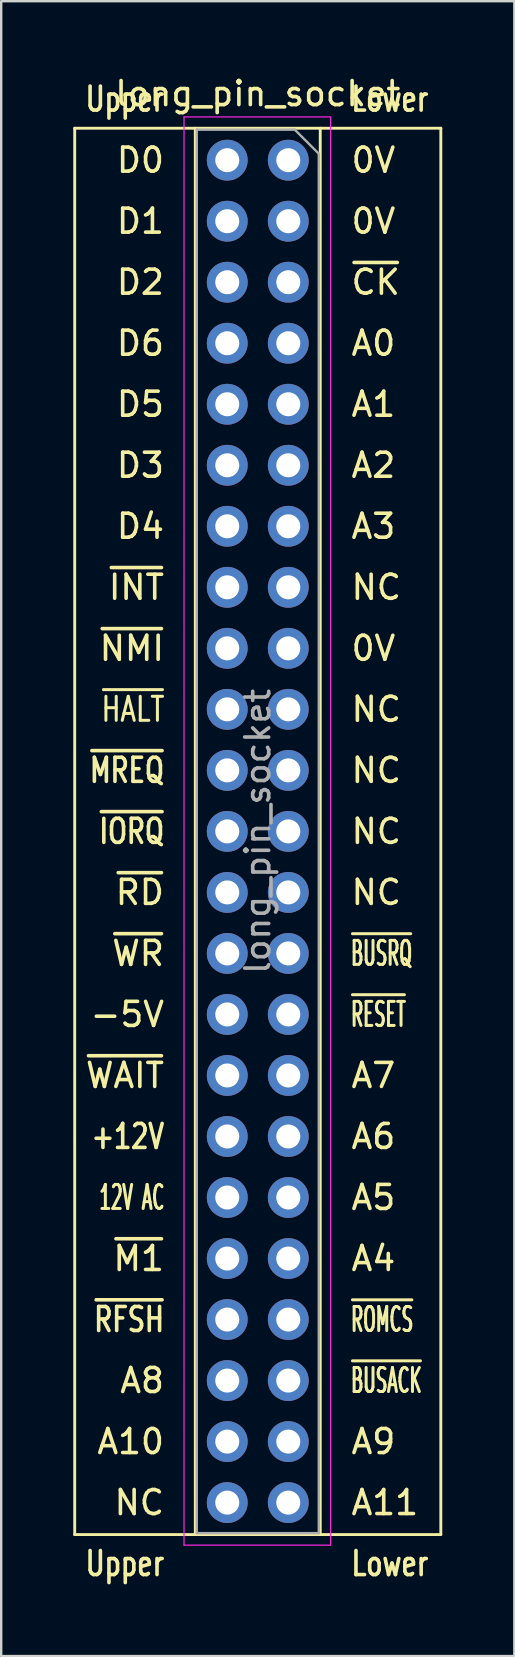
<source format=kicad_pcb>
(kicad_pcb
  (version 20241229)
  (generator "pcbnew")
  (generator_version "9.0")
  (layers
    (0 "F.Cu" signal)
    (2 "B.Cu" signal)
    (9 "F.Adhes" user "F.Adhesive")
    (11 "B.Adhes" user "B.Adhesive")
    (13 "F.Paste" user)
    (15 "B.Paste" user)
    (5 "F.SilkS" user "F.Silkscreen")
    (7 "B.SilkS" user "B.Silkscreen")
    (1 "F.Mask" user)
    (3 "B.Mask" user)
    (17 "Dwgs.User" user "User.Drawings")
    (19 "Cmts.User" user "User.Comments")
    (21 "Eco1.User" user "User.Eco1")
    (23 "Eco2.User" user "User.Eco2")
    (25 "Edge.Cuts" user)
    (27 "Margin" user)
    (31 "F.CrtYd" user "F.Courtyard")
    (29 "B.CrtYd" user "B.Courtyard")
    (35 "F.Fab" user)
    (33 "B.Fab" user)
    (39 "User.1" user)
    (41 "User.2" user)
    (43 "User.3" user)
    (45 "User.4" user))
  (footprint "long_pin_socket"
    (layer "F.Cu")
    (at 6.41 3.618)
    (property "Reference" "long_pin_socket" (at 1.27 -2.77 0) (layer "F.SilkS") (effects (font (size 1 1) (thickness 0.15))))
    (attr through_hole)
    (fp_line (start -6.35 57.21) (end -6.35 -1.33) (stroke (width 0.12) (type solid)) (layer "F.SilkS"))
    (fp_line (start -1.33 -1.33) (end -1.33 57.21) (stroke (width 0.12) (type solid)) (layer "F.SilkS"))
    (fp_line (start 3.87 -1.33) (end 3.87 57.21) (stroke (width 0.12) (type solid)) (layer "F.SilkS"))
    (fp_line (start 8.89 -1.33) (end -6.35 -1.33) (stroke (width 0.12) (type solid)) (layer "F.SilkS"))
    (fp_line (start 8.89 57.21) (end -6.35 57.21) (stroke (width 0.12) (type solid)) (layer "F.SilkS"))
    (fp_line (start 8.89 57.21) (end 8.89 -1.33) (stroke (width 0.12) (type solid)) (layer "F.SilkS"))
    (fp_line (start -1.8 -1.8) (end 4.3 -1.8) (stroke (width 0.05) (type solid)) (layer "F.CrtYd"))
    (fp_line (start -1.8 57.65) (end -1.8 -1.8) (stroke (width 0.05) (type solid)) (layer "F.CrtYd"))
    (fp_line (start 4.3 -1.8) (end 4.3 57.65) (stroke (width 0.05) (type solid)) (layer "F.CrtYd"))
    (fp_line (start 4.3 57.65) (end -1.8 57.65) (stroke (width 0.05) (type solid)) (layer "F.CrtYd"))
    (fp_line (start -1.27 -1.27) (end 2.81 -1.27) (stroke (width 0.1) (type solid)) (layer "F.Fab"))
    (fp_line (start -1.27 57.15) (end -1.27 -1.27) (stroke (width 0.1) (type solid)) (layer "F.Fab"))
    (fp_line (start 2.81 -1.27) (end 3.81 -0.27) (stroke (width 0.1) (type solid)) (layer "F.Fab"))
    (fp_line (start 3.81 -0.27) (end 3.81 57.15) (stroke (width 0.1) (type solid)) (layer "F.Fab"))
    (fp_line (start 3.81 57.15) (end -1.27 57.15) (stroke (width 0.1) (type solid)) (layer "F.Fab"))
    (fp_text user "D1" (at -2.54 2.54 0) (layer "F.SilkS") (effects (font (size 1 1) (thickness 0.15)) (justify right)))
    (fp_text user "~{IORQ}" (at -2.54 27.94 0) (layer "F.SilkS") (effects (font (size 1 0.75) (thickness 0.15)) (justify right)))
    (fp_text user "~{BUSACK}" (at 5.08 50.8 0) (layer "F.SilkS") (effects (font (size 1 0.5) (thickness 0.125)) (justify left)))
    (fp_text user "+12V" (at -2.54 40.64 0) (layer "F.SilkS") (effects (font (size 1 0.75) (thickness 0.15)) (justify right)))
    (fp_text user "~{NMI}" (at -2.54 20.32 0) (layer "F.SilkS") (effects (font (size 1 1) (thickness 0.15)) (justify right)))
    (fp_text user "A6" (at 5.08 40.64 0) (layer "F.SilkS") (effects (font (size 1 1) (thickness 0.15)) (justify left)))
    (fp_text user "A9" (at 5.08 53.34 0) (layer "F.SilkS") (effects (font (size 1 1) (thickness 0.15)) (justify left)))
    (fp_text user "0V" (at 5.08 20.32 0) (layer "F.SilkS") (effects (font (size 1 1) (thickness 0.15)) (justify left)))
    (fp_text user "NC" (at 5.08 27.94 0) (layer "F.SilkS") (effects (font (size 1 1) (thickness 0.15)) (justify left)))
    (fp_text user "A1" (at 5.08 10.16 0) (layer "F.SilkS") (effects (font (size 1 1) (thickness 0.15)) (justify left)))
    (fp_text user "D4" (at -2.54 15.24 0) (layer "F.SilkS") (effects (font (size 1 1) (thickness 0.15)) (justify right)))
    (fp_text user "~{RFSH}" (at -2.54 48.26 0) (layer "F.SilkS") (effects (font (size 1 0.75) (thickness 0.15)) (justify right)))
    (fp_text user "Lower" (at 5.08 58.42 0) (layer "F.SilkS") (effects (font (size 1 0.75) (thickness 0.15)) (justify left)))
    (fp_text user "NC" (at 5.08 22.86 0) (layer "F.SilkS") (effects (font (size 1 1) (thickness 0.15)) (justify left)))
    (fp_text user "~{MREQ}" (at -2.54 25.4 0) (layer "F.SilkS") (effects (font (size 1 0.75) (thickness 0.15)) (justify right)))
    (fp_text user "~{WR}" (at -2.54 33.02 0) (layer "F.SilkS") (effects (font (size 1 1) (thickness 0.15)) (justify right)))
    (fp_text user "A2" (at 5.08 12.7 0) (layer "F.SilkS") (effects (font (size 1 1) (thickness 0.15)) (justify left)))
    (fp_text user "D3" (at -2.54 12.7 0) (layer "F.SilkS") (effects (font (size 1 1) (thickness 0.15)) (justify right)))
    (fp_text user "A8" (at -2.54 50.8 0) (layer "F.SilkS") (effects (font (size 1 1) (thickness 0.15)) (justify right)))
    (fp_text user "~{BUSRQ}" (at 5.08 33.02 0) (layer "F.SilkS") (effects (font (size 1 0.5) (thickness 0.125)) (justify left)))
    (fp_text user "~{ROMCS}" (at 5.08 48.26 0) (layer "F.SilkS") (effects (font (size 1 0.5) (thickness 0.125)) (justify left)))
    (fp_text user "Upper" (at -2.54 58.42 0) (layer "F.SilkS") (effects (font (size 1 0.75) (thickness 0.15)) (justify right)))
    (fp_text user "~{CK}" (at 5.08 5.08 0) (layer "F.SilkS") (effects (font (size 1 1) (thickness 0.15)) (justify left)))
    (fp_text user "D2" (at -2.54 5.08 0) (layer "F.SilkS") (effects (font (size 1 1) (thickness 0.15)) (justify right)))
    (fp_text user "Upper" (at -2.54 -2.54 0) (layer "F.SilkS") (effects (font (size 1 0.75) (thickness 0.15)) (justify right)))
    (fp_text user "A7" (at 5.08 38.1 0) (layer "F.SilkS") (effects (font (size 1 1) (thickness 0.15)) (justify left)))
    (fp_text user "~{RESET}" (at 5.08 35.56 0) (layer "F.SilkS") (effects (font (size 1 0.5) (thickness 0.125)) (justify left)))
    (fp_text user "A10" (at -2.54 53.34 0) (layer "F.SilkS") (effects (font (size 1 1) (thickness 0.15)) (justify right)))
    (fp_text user "-5V" (at -2.54 35.56 0) (layer "F.SilkS") (effects (font (size 1 1) (thickness 0.15)) (justify right)))
    (fp_text user "A4" (at 5.08 45.72 0) (layer "F.SilkS") (effects (font (size 1 1) (thickness 0.15)) (justify left)))
    (fp_text user "NC" (at 5.08 30.48 0) (layer "F.SilkS") (effects (font (size 1 1) (thickness 0.15)) (justify left)))
    (fp_text user "NC" (at -2.54 55.88 0) (layer "F.SilkS") (effects (font (size 1 1) (thickness 0.15)) (justify right)))
    (fp_text user "Lower" (at 5.08 -2.54 0) (layer "F.SilkS") (effects (font (size 1 0.75) (thickness 0.15)) (justify left)))
    (fp_text user "NC" (at 5.08 25.4 0) (layer "F.SilkS") (effects (font (size 1 1) (thickness 0.15)) (justify left)))
    (fp_text user "D0" (at -2.54 0 0) (layer "F.SilkS") (effects (font (size 1 1) (thickness 0.15)) (justify right)))
    (fp_text user "0V" (at 5.08 2.54 0) (layer "F.SilkS") (effects (font (size 1 1) (thickness 0.15)) (justify left)))
    (fp_text user "~{WAIT}" (at -2.54 38.1 0) (layer "F.SilkS") (effects (font (size 1 1) (thickness 0.15)) (justify right)))
    (fp_text user "A5" (at 5.08 43.18 0) (layer "F.SilkS") (effects (font (size 1 1) (thickness 0.15)) (justify left)))
    (fp_text user "~{HALT}" (at -2.54 22.86 0) (layer "F.SilkS") (effects (font (size 1 0.75) (thickness 0.125)) (justify right)))
    (fp_text user "A11" (at 5.08 55.88 0) (layer "F.SilkS") (effects (font (size 1 1) (thickness 0.15)) (justify left)))
    (fp_text user "0V" (at 5.08 0 0) (layer "F.SilkS") (effects (font (size 1 1) (thickness 0.15)) (justify left)))
    (fp_text user "A0" (at 5.08 7.62 0) (layer "F.SilkS") (effects (font (size 1 1) (thickness 0.15)) (justify left)))
    (fp_text user "A3" (at 5.08 15.24 0) (layer "F.SilkS") (effects (font (size 1 1) (thickness 0.15)) (justify left)))
    (fp_text user "D5" (at -2.54 10.16 0) (layer "F.SilkS") (effects (font (size 1 1) (thickness 0.15)) (justify right)))
    (fp_text user "D6" (at -2.54 7.62 0) (layer "F.SilkS") (effects (font (size 1 1) (thickness 0.15)) (justify right)))
    (fp_text user "NC" (at 5.08 17.78 0) (layer "F.SilkS") (effects (font (size 1 1) (thickness 0.15)) (justify left)))
    (fp_text user "~{INT}" (at -2.54 17.78 0) (layer "F.SilkS") (effects (font (size 1 1) (thickness 0.15)) (justify right)))
    (fp_text user "~{M1}" (at -2.54 45.72 0) (layer "F.SilkS") (effects (font (size 1 1) (thickness 0.15)) (justify right)))
    (fp_text user "12V AC" (at -2.54 43.18 0) (layer "F.SilkS") (effects (font (size 1 0.5) (thickness 0.125)) (justify right)))
    (fp_text user "~{RD}" (at -2.54 30.48 0) (layer "F.SilkS") (effects (font (size 1 1) (thickness 0.15)) (justify right)))
    (fp_text user "${REFERENCE}" (at 1.27 27.94 90) (layer "F.Fab") (effects (font (size 1 1) (thickness 0.15))))
    (pad "a1" thru_hole oval (at 0 0) (size 1.2 1.2) (drill 1) (layers "*.Cu" "*.Mask"))
    (pad "a1" smd oval (at 0 0) (size 1.7 1.7) (layers "*.Cu" "*.Mask"))
    (pad "a2" thru_hole oval (at 0 2.54) (size 1.2 1.2) (drill 1) (layers "*.Cu" "*.Mask"))
    (pad "a2" smd oval (at 0 2.54) (size 1.7 1.7) (layers "*.Cu" "*.Mask"))
    (pad "a3" thru_hole oval (at 0 5.08) (size 1.2 1.2) (drill 1) (layers "*.Cu" "*.Mask"))
    (pad "a3" smd oval (at 0 5.08) (size 1.7 1.7) (layers "*.Cu" "*.Mask"))
    (pad "a4" thru_hole oval (at 0 7.62) (size 1.2 1.2) (drill 1) (layers "*.Cu" "*.Mask"))
    (pad "a4" smd oval (at 0 7.62) (size 1.7 1.7) (layers "*.Cu" "*.Mask"))
    (pad "a5" thru_hole oval (at 0 10.16) (size 1.2 1.2) (drill 1) (layers "*.Cu" "*.Mask"))
    (pad "a5" smd oval (at 0 10.16) (size 1.7 1.7) (layers "*.Cu" "*.Mask"))
    (pad "a6" thru_hole oval (at 0 12.7) (size 1.2 1.2) (drill 1) (layers "*.Cu" "*.Mask"))
    (pad "a6" smd oval (at 0 12.7) (size 1.7 1.7) (layers "*.Cu" "*.Mask"))
    (pad "a7" thru_hole oval (at 0 15.24) (size 1.2 1.2) (drill 1) (layers "*.Cu" "*.Mask"))
    (pad "a7" smd oval (at 0 15.24) (size 1.7 1.7) (layers "*.Cu" "*.Mask"))
    (pad "a8" thru_hole oval (at 0 17.78) (size 1.2 1.2) (drill 1) (layers "*.Cu" "*.Mask"))
    (pad "a8" smd oval (at 0 17.78) (size 1.7 1.7) (layers "*.Cu" "*.Mask"))
    (pad "a9" thru_hole oval (at 0 20.32) (size 1.2 1.2) (drill 1) (layers "*.Cu" "*.Mask"))
    (pad "a9" smd oval (at 0 20.32) (size 1.7 1.7) (layers "*.Cu" "*.Mask"))
    (pad "a10" thru_hole oval (at 0 22.86) (size 1.2 1.2) (drill 1) (layers "*.Cu" "*.Mask"))
    (pad "a10" smd oval (at 0 22.86) (size 1.7 1.7) (layers "*.Cu" "*.Mask"))
    (pad "a11" thru_hole oval (at 0 25.4) (size 1.2 1.2) (drill 1) (layers "*.Cu" "*.Mask"))
    (pad "a11" smd oval (at 0 25.4) (size 1.7 1.7) (layers "*.Cu" "*.Mask"))
    (pad "a12" thru_hole oval (at 0 27.94) (size 1.2 1.2) (drill 1) (layers "*.Cu" "*.Mask"))
    (pad "a12" smd oval (at 0 27.94) (size 1.7 1.7) (layers "*.Cu" "*.Mask"))
    (pad "a13" thru_hole oval (at 0 30.48) (size 1.2 1.2) (drill 1) (layers "*.Cu" "*.Mask"))
    (pad "a13" smd oval (at 0 30.48) (size 1.7 1.7) (layers "*.Cu" "*.Mask"))
    (pad "a14" thru_hole oval (at 0 33.02) (size 1.2 1.2) (drill 1) (layers "*.Cu" "*.Mask"))
    (pad "a14" smd oval (at 0 33.02) (size 1.7 1.7) (layers "*.Cu" "*.Mask"))
    (pad "a15" thru_hole oval (at 0 35.56) (size 1.2 1.2) (drill 1) (layers "*.Cu" "*.Mask"))
    (pad "a15" smd oval (at 0 35.56) (size 1.7 1.7) (layers "*.Cu" "*.Mask"))
    (pad "a16" thru_hole oval (at 0 38.1) (size 1.2 1.2) (drill 1) (layers "*.Cu" "*.Mask"))
    (pad "a16" smd oval (at 0 38.1) (size 1.7 1.7) (layers "*.Cu" "*.Mask"))
    (pad "a17" thru_hole oval (at 0 40.64) (size 1.2 1.2) (drill 1) (layers "*.Cu" "*.Mask"))
    (pad "a17" smd oval (at 0 40.64) (size 1.7 1.7) (layers "*.Cu" "*.Mask"))
    (pad "a18" thru_hole oval (at 0 43.18) (size 1.2 1.2) (drill 1) (layers "*.Cu" "*.Mask"))
    (pad "a18" smd oval (at 0 43.18) (size 1.7 1.7) (layers "*.Cu" "*.Mask"))
    (pad "a19" thru_hole oval (at 0 45.72) (size 1.2 1.2) (drill 1) (layers "*.Cu" "*.Mask"))
    (pad "a19" smd oval (at 0 45.72) (size 1.7 1.7) (layers "*.Cu" "*.Mask"))
    (pad "a20" thru_hole oval (at 0 48.26) (size 1.2 1.2) (drill 1) (layers "*.Cu" "*.Mask"))
    (pad "a20" smd oval (at 0 48.26) (size 1.7 1.7) (layers "*.Cu" "*.Mask"))
    (pad "a21" thru_hole oval (at 0 50.8) (size 1.2 1.2) (drill 1) (layers "*.Cu" "*.Mask"))
    (pad "a21" smd oval (at 0 50.8) (size 1.7 1.7) (layers "*.Cu" "*.Mask"))
    (pad "a22" thru_hole oval (at 0 53.34) (size 1.2 1.2) (drill 1) (layers "*.Cu" "*.Mask"))
    (pad "a22" smd oval (at 0 53.34) (size 1.7 1.7) (layers "*.Cu" "*.Mask"))
    (pad "a23" thru_hole oval (at 0 55.88) (size 1.2 1.2) (drill 1) (layers "*.Cu" "*.Mask"))
    (pad "a23" smd oval (at 0 55.88) (size 1.7 1.7) (layers "*.Cu" "*.Mask"))
    (pad "b1" thru_hole oval (at 2.54 0 90) (size 1.2 1.2) (drill 1) (layers "*.Cu" "*.Mask"))
    (pad "b1" smd oval (at 2.54 0 90) (size 1.7 1.7) (layers "*.Cu" "*.Mask"))
    (pad "b2" thru_hole oval (at 2.54 2.54) (size 1.2 1.2) (drill 1) (layers "*.Cu" "*.Mask"))
    (pad "b2" smd oval (at 2.54 2.54) (size 1.7 1.7) (layers "*.Cu" "*.Mask"))
    (pad "b3" thru_hole oval (at 2.54 5.08) (size 1.2 1.2) (drill 1) (layers "*.Cu" "*.Mask"))
    (pad "b3" smd oval (at 2.54 5.08) (size 1.7 1.7) (layers "*.Cu" "*.Mask"))
    (pad "b4" thru_hole oval (at 2.54 7.62) (size 1.2 1.2) (drill 1) (layers "*.Cu" "*.Mask"))
    (pad "b4" smd oval (at 2.54 7.62) (size 1.7 1.7) (layers "*.Cu" "*.Mask"))
    (pad "b5" thru_hole oval (at 2.54 10.16) (size 1.2 1.2) (drill 1) (layers "*.Cu" "*.Mask"))
    (pad "b5" smd oval (at 2.54 10.16) (size 1.7 1.7) (layers "*.Cu" "*.Mask"))
    (pad "b6" thru_hole oval (at 2.54 12.7) (size 1.2 1.2) (drill 1) (layers "*.Cu" "*.Mask"))
    (pad "b6" smd oval (at 2.54 12.7) (size 1.7 1.7) (layers "*.Cu" "*.Mask"))
    (pad "b7" thru_hole oval (at 2.54 15.24) (size 1.2 1.2) (drill 1) (layers "*.Cu" "*.Mask"))
    (pad "b7" smd oval (at 2.54 15.24) (size 1.7 1.7) (layers "*.Cu" "*.Mask"))
    (pad "b8" thru_hole oval (at 2.54 17.78) (size 1.2 1.2) (drill 1) (layers "*.Cu" "*.Mask"))
    (pad "b8" smd oval (at 2.54 17.78) (size 1.7 1.7) (layers "*.Cu" "*.Mask"))
    (pad "b9" thru_hole oval (at 2.54 20.32) (size 1.2 1.2) (drill 1) (layers "*.Cu" "*.Mask"))
    (pad "b9" smd oval (at 2.54 20.32) (size 1.7 1.7) (layers "*.Cu" "*.Mask"))
    (pad "b10" thru_hole oval (at 2.54 22.86) (size 1.2 1.2) (drill 1) (layers "*.Cu" "*.Mask"))
    (pad "b10" smd oval (at 2.54 22.86) (size 1.7 1.7) (layers "*.Cu" "*.Mask"))
    (pad "b11" thru_hole oval (at 2.54 25.4) (size 1.2 1.2) (drill 1) (layers "*.Cu" "*.Mask"))
    (pad "b11" smd oval (at 2.54 25.4) (size 1.7 1.7) (layers "*.Cu" "*.Mask"))
    (pad "b12" thru_hole oval (at 2.54 27.94) (size 1.2 1.2) (drill 1) (layers "*.Cu" "*.Mask"))
    (pad "b12" smd oval (at 2.54 27.94) (size 1.7 1.7) (layers "*.Cu" "*.Mask"))
    (pad "b13" thru_hole oval (at 2.54 30.48) (size 1.2 1.2) (drill 1) (layers "*.Cu" "*.Mask"))
    (pad "b13" smd oval (at 2.54 30.48) (size 1.7 1.7) (layers "*.Cu" "*.Mask"))
    (pad "b14" thru_hole oval (at 2.54 33.02) (size 1.2 1.2) (drill 1) (layers "*.Cu" "*.Mask"))
    (pad "b14" smd oval (at 2.54 33.02) (size 1.7 1.7) (layers "*.Cu" "*.Mask"))
    (pad "b15" thru_hole oval (at 2.54 35.56) (size 1.2 1.2) (drill 1) (layers "*.Cu" "*.Mask"))
    (pad "b15" smd oval (at 2.54 35.56) (size 1.7 1.7) (layers "*.Cu" "*.Mask"))
    (pad "b16" thru_hole oval (at 2.54 38.1) (size 1.2 1.2) (drill 1) (layers "*.Cu" "*.Mask"))
    (pad "b16" smd oval (at 2.54 38.1) (size 1.7 1.7) (layers "*.Cu" "*.Mask"))
    (pad "b17" thru_hole oval (at 2.54 40.64) (size 1.2 1.2) (drill 1) (layers "*.Cu" "*.Mask"))
    (pad "b17" smd oval (at 2.54 40.64) (size 1.7 1.7) (layers "*.Cu" "*.Mask"))
    (pad "b18" thru_hole oval (at 2.54 43.18) (size 1.2 1.2) (drill 1) (layers "*.Cu" "*.Mask"))
    (pad "b18" smd oval (at 2.54 43.18) (size 1.7 1.7) (layers "*.Cu" "*.Mask"))
    (pad "b19" thru_hole oval (at 2.54 45.72) (size 1.2 1.2) (drill 1) (layers "*.Cu" "*.Mask"))
    (pad "b19" smd oval (at 2.54 45.72) (size 1.7 1.7) (layers "*.Cu" "*.Mask"))
    (pad "b20" thru_hole oval (at 2.54 48.26) (size 1.2 1.2) (drill 1) (layers "*.Cu" "*.Mask"))
    (pad "b20" smd oval (at 2.54 48.26) (size 1.7 1.7) (layers "*.Cu" "*.Mask"))
    (pad "b21" thru_hole oval (at 2.54 50.8) (size 1.2 1.2) (drill 1) (layers "*.Cu" "*.Mask"))
    (pad "b21" smd oval (at 2.54 50.8) (size 1.7 1.7) (layers "*.Cu" "*.Mask"))
    (pad "b22" thru_hole oval (at 2.54 53.34) (size 1.2 1.2) (drill 1) (layers "*.Cu" "*.Mask"))
    (pad "b22" smd oval (at 2.54 53.34) (size 1.7 1.7) (layers "*.Cu" "*.Mask"))
    (pad "b23" thru_hole oval (at 2.54 55.88) (size 1.2 1.2) (drill 1) (layers "*.Cu" "*.Mask"))
    (pad "b23" smd oval (at 2.54 55.88) (size 1.7 1.7) (layers "*.Cu" "*.Mask")))
  (gr_rect
    (start -3 -3)
    (end 18.36 65.886)
    (stroke (width 0.1) (type default))
    (fill no)
    (layer "Edge.Cuts")))
</source>
